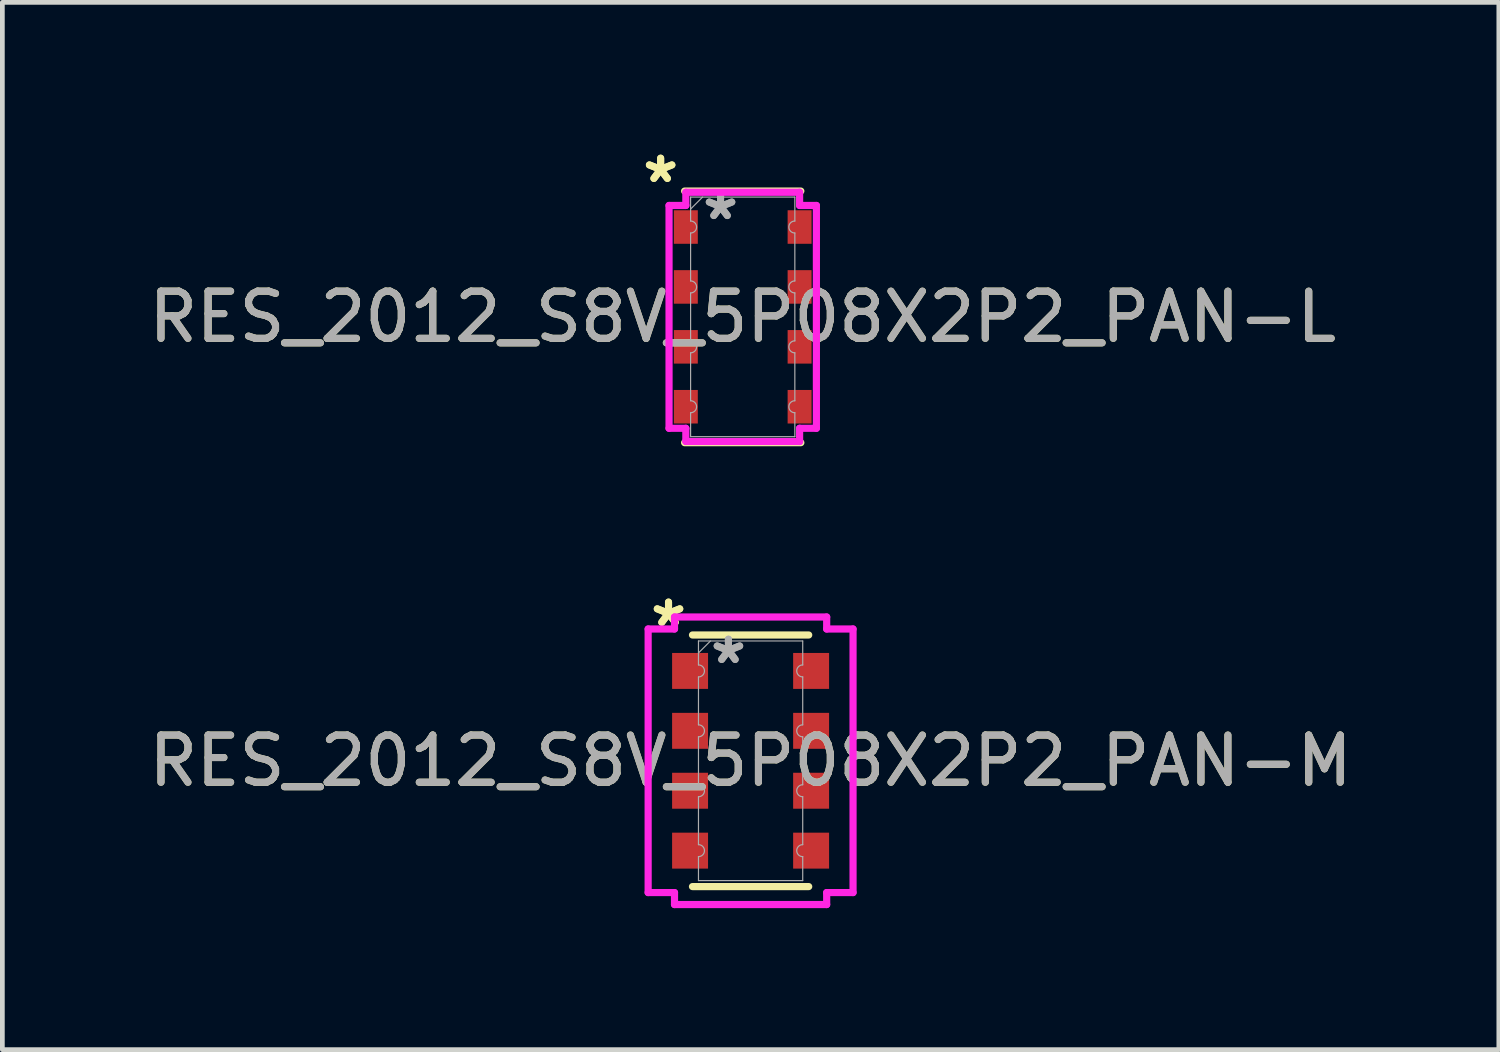
<source format=kicad_pcb>
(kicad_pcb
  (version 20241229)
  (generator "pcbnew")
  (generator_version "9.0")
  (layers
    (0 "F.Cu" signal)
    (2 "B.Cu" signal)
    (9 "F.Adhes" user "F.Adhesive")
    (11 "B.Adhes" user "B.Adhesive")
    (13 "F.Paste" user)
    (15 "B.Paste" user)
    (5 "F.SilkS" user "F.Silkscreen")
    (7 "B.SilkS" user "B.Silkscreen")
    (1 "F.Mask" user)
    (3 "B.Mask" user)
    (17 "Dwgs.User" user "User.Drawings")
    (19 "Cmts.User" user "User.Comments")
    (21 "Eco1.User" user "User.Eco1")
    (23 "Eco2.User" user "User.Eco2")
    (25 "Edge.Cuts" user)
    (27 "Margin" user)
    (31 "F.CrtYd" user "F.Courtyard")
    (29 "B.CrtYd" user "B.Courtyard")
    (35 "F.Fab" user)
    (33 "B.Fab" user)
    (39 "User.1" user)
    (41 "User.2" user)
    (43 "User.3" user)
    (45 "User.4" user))
  (footprint "RES_2012_S8V_5P08X2P2_PAN-L"
    (layer "F.Cu")
    (at 12.696 3.668)
    (property "Reference" "RES_2012_S8V_5P08X2P2_PAN-L" (at 0 0 0) (unlocked yes) (layer "F.SilkS") (effects (font (size 1 1) (thickness 0.15))))
    (attr smd)
    (fp_line (start -1.232 -2.667) (end 1.232 -2.667) (stroke (width 0.152) (type solid)) (layer "F.SilkS"))
    (fp_line (start -1.232 2.667) (end 1.232 2.667) (stroke (width 0.152) (type solid)) (layer "F.SilkS"))
    (fp_line (start -1.562 -2.362) (end -1.206 -2.362) (stroke (width 0.152) (type solid)) (layer "F.CrtYd"))
    (fp_line (start -1.562 2.362) (end -1.562 -2.362) (stroke (width 0.152) (type solid)) (layer "F.CrtYd"))
    (fp_line (start -1.562 2.362) (end -1.206 2.362) (stroke (width 0.152) (type solid)) (layer "F.CrtYd"))
    (fp_line (start -1.206 -2.642) (end 1.206 -2.642) (stroke (width 0.152) (type solid)) (layer "F.CrtYd"))
    (fp_line (start -1.206 -2.362) (end -1.206 -2.642) (stroke (width 0.152) (type solid)) (layer "F.CrtYd"))
    (fp_line (start -1.206 2.642) (end -1.206 2.362) (stroke (width 0.152) (type solid)) (layer "F.CrtYd"))
    (fp_line (start 1.206 -2.642) (end 1.206 -2.362) (stroke (width 0.152) (type solid)) (layer "F.CrtYd"))
    (fp_line (start 1.206 2.362) (end 1.206 2.642) (stroke (width 0.152) (type solid)) (layer "F.CrtYd"))
    (fp_line (start 1.206 2.642) (end -1.206 2.642) (stroke (width 0.152) (type solid)) (layer "F.CrtYd"))
    (fp_line (start 1.562 -2.362) (end 1.206 -2.362) (stroke (width 0.152) (type solid)) (layer "F.CrtYd"))
    (fp_line (start 1.562 -2.362) (end 1.562 2.362) (stroke (width 0.152) (type solid)) (layer "F.CrtYd"))
    (fp_line (start 1.562 2.362) (end 1.206 2.362) (stroke (width 0.152) (type solid)) (layer "F.CrtYd"))
    (fp_line (start -1.105 -2.54) (end 1.105 -2.54) (stroke (width 0.025) (type solid)) (layer "F.Fab"))
    (fp_line (start -1.105 -2.032) (end -1.105 -2.54) (stroke (width 0.025) (type solid)) (layer "F.Fab"))
    (fp_line (start -1.105 -1.778) (end -1.105 -0.762) (stroke (width 0.025) (type solid)) (layer "F.Fab"))
    (fp_line (start -1.105 -0.508) (end -1.105 0.508) (stroke (width 0.025) (type solid)) (layer "F.Fab"))
    (fp_line (start -1.105 0.762) (end -1.105 1.778) (stroke (width 0.025) (type solid)) (layer "F.Fab"))
    (fp_line (start -1.105 2.032) (end -1.105 2.54) (stroke (width 0.025) (type solid)) (layer "F.Fab"))
    (fp_line (start -1.105 2.54) (end 1.105 2.54) (stroke (width 0.025) (type solid)) (layer "F.Fab"))
    (fp_line (start -0.851 -2.54) (end -1.105 -2.286) (stroke (width 0.025) (type solid)) (layer "F.Fab"))
    (fp_line (start 1.105 -2.032) (end 1.105 -2.54) (stroke (width 0.025) (type solid)) (layer "F.Fab"))
    (fp_line (start 1.105 -1.778) (end 1.105 -0.762) (stroke (width 0.025) (type solid)) (layer "F.Fab"))
    (fp_line (start 1.105 -0.508) (end 1.105 0.508) (stroke (width 0.025) (type solid)) (layer "F.Fab"))
    (fp_line (start 1.105 0.762) (end 1.105 1.778) (stroke (width 0.025) (type solid)) (layer "F.Fab"))
    (fp_line (start 1.105 2.032) (end 1.105 2.54) (stroke (width 0.025) (type solid)) (layer "F.Fab"))
    (fp_arc (start -1.1049 -2.032) (mid -0.9779 -1.905) (end -1.1049 -1.778) (stroke (width 0.0254) (type solid)) (layer "F.Fab"))
    (fp_arc (start -1.1049 -0.762) (mid -0.9779 -0.635) (end -1.1049 -0.508) (stroke (width 0.0254) (type solid)) (layer "F.Fab"))
    (fp_arc (start -1.1049 0.508) (mid -0.9779 0.635) (end -1.1049 0.762) (stroke (width 0.0254) (type solid)) (layer "F.Fab"))
    (fp_arc (start -1.1049 1.778) (mid -0.9779 1.905) (end -1.1049 2.032) (stroke (width 0.0254) (type solid)) (layer "F.Fab"))
    (fp_arc (start 1.1049 -1.778) (mid 0.9779 -1.905) (end 1.1049 -2.032) (stroke (width 0.0254) (type solid)) (layer "F.Fab"))
    (fp_arc (start 1.1049 -0.508) (mid 0.9779 -0.635) (end 1.1049 -0.762) (stroke (width 0.0254) (type solid)) (layer "F.Fab"))
    (fp_arc (start 1.1049 0.762) (mid 0.9779 0.635) (end 1.1049 0.508) (stroke (width 0.0254) (type solid)) (layer "F.Fab"))
    (fp_arc (start 1.1049 2.032) (mid 0.9779 1.905) (end 1.1049 1.778) (stroke (width 0.0254) (type solid)) (layer "F.Fab"))
    (fp_text user "*" (at -1.74 -2.819 0) (unlocked yes) (layer "F.SilkS") (effects (font (size 1 1) (thickness 0.15))))
    (fp_text user "*" (at -1.74 -2.819 0) (layer "F.SilkS") (effects (font (size 1 1) (thickness 0.15))))
    (fp_text user "*" (at -0.47 -2.032 0) (layer "F.Fab") (effects (font (size 1 1) (thickness 0.15))))
    (fp_text user "${REFERENCE}" (at 0 0 0) (unlocked yes) (layer "F.Fab") (effects (font (size 1 1) (thickness 0.15))))
    (fp_text user "*" (at -0.47 -2.032 0) (unlocked yes) (layer "F.Fab") (effects (font (size 1 1) (thickness 0.15))))
    (pad "1" smd rect (at -1.206 -1.905) (size 0.508 0.711) (layers "F.Cu" "F.Mask" "F.Paste"))
    (pad "2" smd rect (at -1.206 -0.635) (size 0.508 0.711) (layers "F.Cu" "F.Mask" "F.Paste"))
    (pad "3" smd rect (at -1.206 0.635) (size 0.508 0.711) (layers "F.Cu" "F.Mask" "F.Paste"))
    (pad "4" smd rect (at -1.206 1.905) (size 0.508 0.711) (layers "F.Cu" "F.Mask" "F.Paste"))
    (pad "5" smd rect (at 1.206 1.905) (size 0.508 0.711) (layers "F.Cu" "F.Mask" "F.Paste"))
    (pad "6" smd rect (at 1.206 0.635) (size 0.508 0.711) (layers "F.Cu" "F.Mask" "F.Paste"))
    (pad "7" smd rect (at 1.206 -0.635) (size 0.508 0.711) (layers "F.Cu" "F.Mask" "F.Paste"))
    (pad "8" smd rect (at 1.206 -1.905) (size 0.508 0.711) (layers "F.Cu" "F.Mask" "F.Paste")))
  (footprint "RES_2012_S8V_5P08X2P2_PAN-M"
    (layer "F.Cu")
    (at 12.863 13.079)
    (property "Reference" "RES_2012_S8V_5P08X2P2_PAN-M" (at 0 0 0) (unlocked yes) (layer "F.SilkS") (effects (font (size 1 1) (thickness 0.15))))
    (attr smd)
    (fp_line (start -1.232 -2.667) (end 1.232 -2.667) (stroke (width 0.152) (type solid)) (layer "F.SilkS"))
    (fp_line (start -1.232 2.667) (end 1.232 2.667) (stroke (width 0.152) (type solid)) (layer "F.SilkS"))
    (fp_line (start -2.172 -2.794) (end -1.613 -2.794) (stroke (width 0.152) (type solid)) (layer "F.CrtYd"))
    (fp_line (start -2.172 2.794) (end -2.172 -2.794) (stroke (width 0.152) (type solid)) (layer "F.CrtYd"))
    (fp_line (start -2.172 2.794) (end -1.613 2.794) (stroke (width 0.152) (type solid)) (layer "F.CrtYd"))
    (fp_line (start -1.613 -3.048) (end 1.613 -3.048) (stroke (width 0.152) (type solid)) (layer "F.CrtYd"))
    (fp_line (start -1.613 -2.794) (end -1.613 -3.048) (stroke (width 0.152) (type solid)) (layer "F.CrtYd"))
    (fp_line (start -1.613 3.048) (end -1.613 2.794) (stroke (width 0.152) (type solid)) (layer "F.CrtYd"))
    (fp_line (start 1.613 -3.048) (end 1.613 -2.794) (stroke (width 0.152) (type solid)) (layer "F.CrtYd"))
    (fp_line (start 1.613 2.794) (end 1.613 3.048) (stroke (width 0.152) (type solid)) (layer "F.CrtYd"))
    (fp_line (start 1.613 3.048) (end -1.613 3.048) (stroke (width 0.152) (type solid)) (layer "F.CrtYd"))
    (fp_line (start 2.172 -2.794) (end 1.613 -2.794) (stroke (width 0.152) (type solid)) (layer "F.CrtYd"))
    (fp_line (start 2.172 -2.794) (end 2.172 2.794) (stroke (width 0.152) (type solid)) (layer "F.CrtYd"))
    (fp_line (start 2.172 2.794) (end 1.613 2.794) (stroke (width 0.152) (type solid)) (layer "F.CrtYd"))
    (fp_line (start -1.105 -2.54) (end 1.105 -2.54) (stroke (width 0.025) (type solid)) (layer "F.Fab"))
    (fp_line (start -1.105 -2.032) (end -1.105 -2.54) (stroke (width 0.025) (type solid)) (layer "F.Fab"))
    (fp_line (start -1.105 -1.778) (end -1.105 -0.762) (stroke (width 0.025) (type solid)) (layer "F.Fab"))
    (fp_line (start -1.105 -0.508) (end -1.105 0.508) (stroke (width 0.025) (type solid)) (layer "F.Fab"))
    (fp_line (start -1.105 0.762) (end -1.105 1.778) (stroke (width 0.025) (type solid)) (layer "F.Fab"))
    (fp_line (start -1.105 2.032) (end -1.105 2.54) (stroke (width 0.025) (type solid)) (layer "F.Fab"))
    (fp_line (start -1.105 2.54) (end 1.105 2.54) (stroke (width 0.025) (type solid)) (layer "F.Fab"))
    (fp_line (start -0.851 -2.54) (end -1.105 -2.286) (stroke (width 0.025) (type solid)) (layer "F.Fab"))
    (fp_line (start 1.105 -2.032) (end 1.105 -2.54) (stroke (width 0.025) (type solid)) (layer "F.Fab"))
    (fp_line (start 1.105 -1.778) (end 1.105 -0.762) (stroke (width 0.025) (type solid)) (layer "F.Fab"))
    (fp_line (start 1.105 -0.508) (end 1.105 0.508) (stroke (width 0.025) (type solid)) (layer "F.Fab"))
    (fp_line (start 1.105 0.762) (end 1.105 1.778) (stroke (width 0.025) (type solid)) (layer "F.Fab"))
    (fp_line (start 1.105 2.032) (end 1.105 2.54) (stroke (width 0.025) (type solid)) (layer "F.Fab"))
    (fp_arc (start -1.1049 -2.032) (mid -0.9779 -1.905) (end -1.1049 -1.778) (stroke (width 0.0254) (type solid)) (layer "F.Fab"))
    (fp_arc (start -1.1049 -0.762) (mid -0.9779 -0.635) (end -1.1049 -0.508) (stroke (width 0.0254) (type solid)) (layer "F.Fab"))
    (fp_arc (start -1.1049 0.508) (mid -0.9779 0.635) (end -1.1049 0.762) (stroke (width 0.0254) (type solid)) (layer "F.Fab"))
    (fp_arc (start -1.1049 1.778) (mid -0.9779 1.905) (end -1.1049 2.032) (stroke (width 0.0254) (type solid)) (layer "F.Fab"))
    (fp_arc (start 1.1049 -1.778) (mid 0.9779 -1.905) (end 1.1049 -2.032) (stroke (width 0.0254) (type solid)) (layer "F.Fab"))
    (fp_arc (start 1.1049 -0.508) (mid 0.9779 -0.635) (end 1.1049 -0.762) (stroke (width 0.0254) (type solid)) (layer "F.Fab"))
    (fp_arc (start 1.1049 0.762) (mid 0.9779 0.635) (end 1.1049 0.508) (stroke (width 0.0254) (type solid)) (layer "F.Fab"))
    (fp_arc (start 1.1049 2.032) (mid 0.9779 1.905) (end 1.1049 1.778) (stroke (width 0.0254) (type solid)) (layer "F.Fab"))
    (fp_text user "*" (at -1.74 -2.819 0) (unlocked yes) (layer "F.SilkS") (effects (font (size 1 1) (thickness 0.15))))
    (fp_text user "*" (at -1.74 -2.819 0) (layer "F.SilkS") (effects (font (size 1 1) (thickness 0.15))))
    (fp_text user "*" (at -0.47 -2.032 0) (unlocked yes) (layer "F.Fab") (effects (font (size 1 1) (thickness 0.15))))
    (fp_text user "${REFERENCE}" (at 0 0 0) (unlocked yes) (layer "F.Fab") (effects (font (size 1 1) (thickness 0.15))))
    (fp_text user "*" (at -0.47 -2.032 0) (layer "F.Fab") (effects (font (size 1 1) (thickness 0.15))))
    (pad "1" smd rect (at -1.283 -1.905) (size 0.762 0.762) (layers "F.Cu" "F.Mask" "F.Paste"))
    (pad "2" smd rect (at -1.283 -0.635) (size 0.762 0.762) (layers "F.Cu" "F.Mask" "F.Paste"))
    (pad "3" smd rect (at -1.283 0.635) (size 0.762 0.762) (layers "F.Cu" "F.Mask" "F.Paste"))
    (pad "4" smd rect (at -1.283 1.905) (size 0.762 0.762) (layers "F.Cu" "F.Mask" "F.Paste"))
    (pad "5" smd rect (at 1.283 1.905) (size 0.762 0.762) (layers "F.Cu" "F.Mask" "F.Paste"))
    (pad "6" smd rect (at 1.283 0.635) (size 0.762 0.762) (layers "F.Cu" "F.Mask" "F.Paste"))
    (pad "7" smd rect (at 1.283 -0.635) (size 0.762 0.762) (layers "F.Cu" "F.Mask" "F.Paste"))
    (pad "8" smd rect (at 1.283 -1.905) (size 0.762 0.762) (layers "F.Cu" "F.Mask" "F.Paste")))
  (gr_rect
    (start -3 -3)
    (end 28.726 19.203)
    (stroke (width 0.1) (type default))
    (fill no)
    (layer "Edge.Cuts")))
</source>
